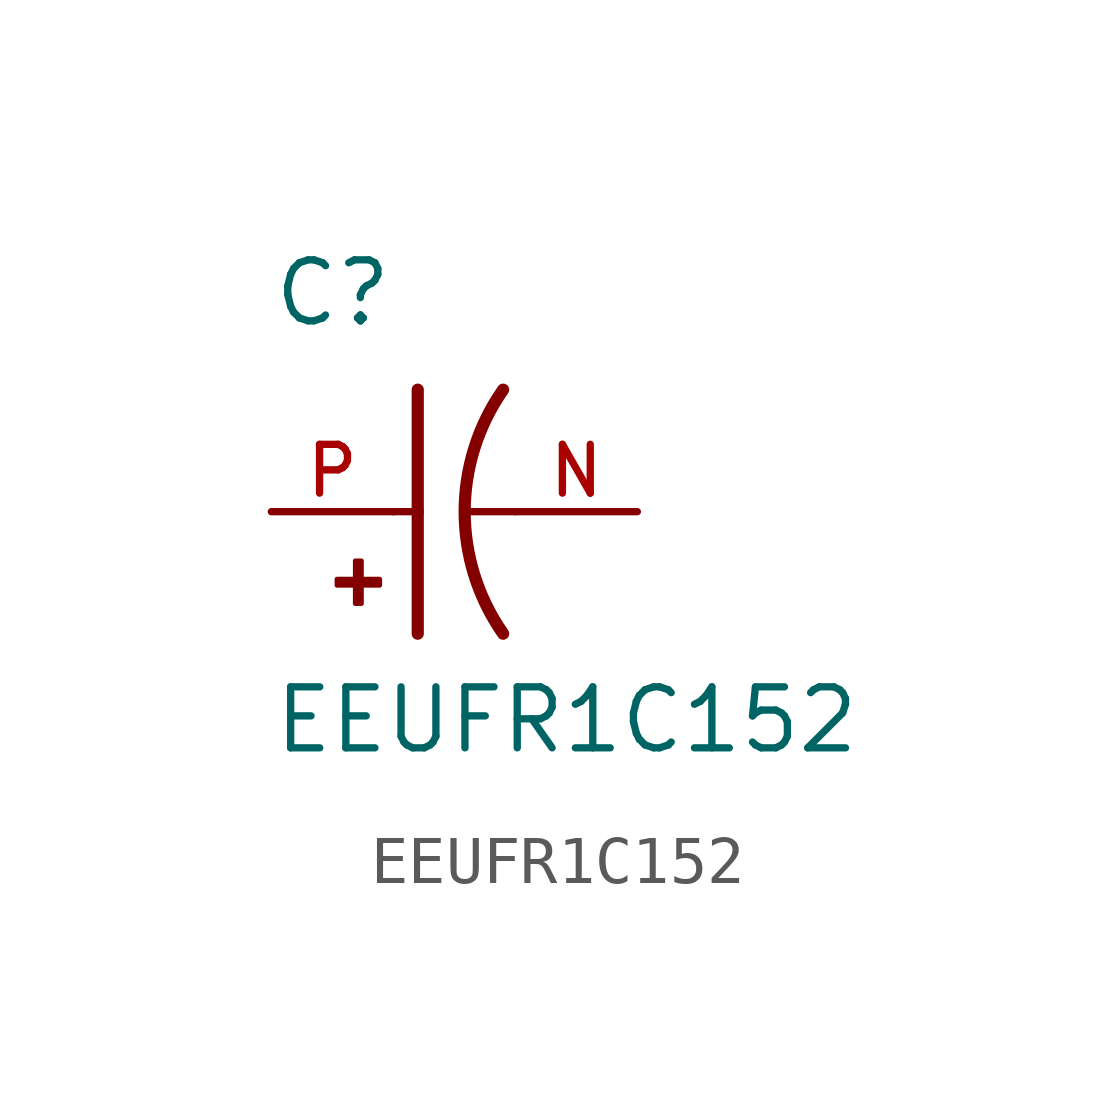
<source format=kicad_sym>
(kicad_symbol_lib
  (version 20211014)
  (generator kicad_symbol_editor)
  (symbol "EEUFR1C152"
    (pin_names
      (offset 1.016))
    (property "Reference" "C"
      (at -2.54 3.81 0)
      (effects (font (size 1.27 1.27)) (justify bottom left)))
    (property "Value" "EEUFR1C152"
      (at -2.54 -5.08 0)
      (effects (font (size 1.27 1.27)) (justify bottom left)))
    (symbol "EEUFR1C152_0_0"
      (arc (start 2.286 -2.54) (mid 1.4851 -0.0) (end 2.286 2.54) (stroke (width 0.254) (type default) (color 0 0 0 0)) (fill (type none)))
      (polyline (pts (xy 0.508 2.54) (xy 0.508 0.0)) (stroke (width 0.254)))
      (rectangle (start -1.173 -1.532) (end -0.284 -1.405) (stroke (width 0.1)) (fill (type outline)))
      (rectangle (start -0.792 -1.913) (end -0.665 -1.024) (stroke (width 0.1)) (fill (type outline)))
      (polyline (pts (xy 0.508 0.0) (xy 0.508 -2.54)) (stroke (width 0.254)))
      (polyline (pts (xy 0.0 0.0) (xy 0.508 0.0)) (stroke (width 0.152)))
      (polyline (pts (xy 2.54 0.0) (xy 1.524 0.0)) (stroke (width 0.152)))
      (pin passive line (at -2.54 0.0 0) (length 2.54) (name "~" (effects (font (size 1.016 1.016)))) (number "P" (effects (font (size 1.016 1.016)))))
      (pin passive line (at 5.08 0.0 180.0) (length 2.54) (name "~" (effects (font (size 1.016 1.016)))) (number "N" (effects (font (size 1.016 1.016))))))))
</source>
